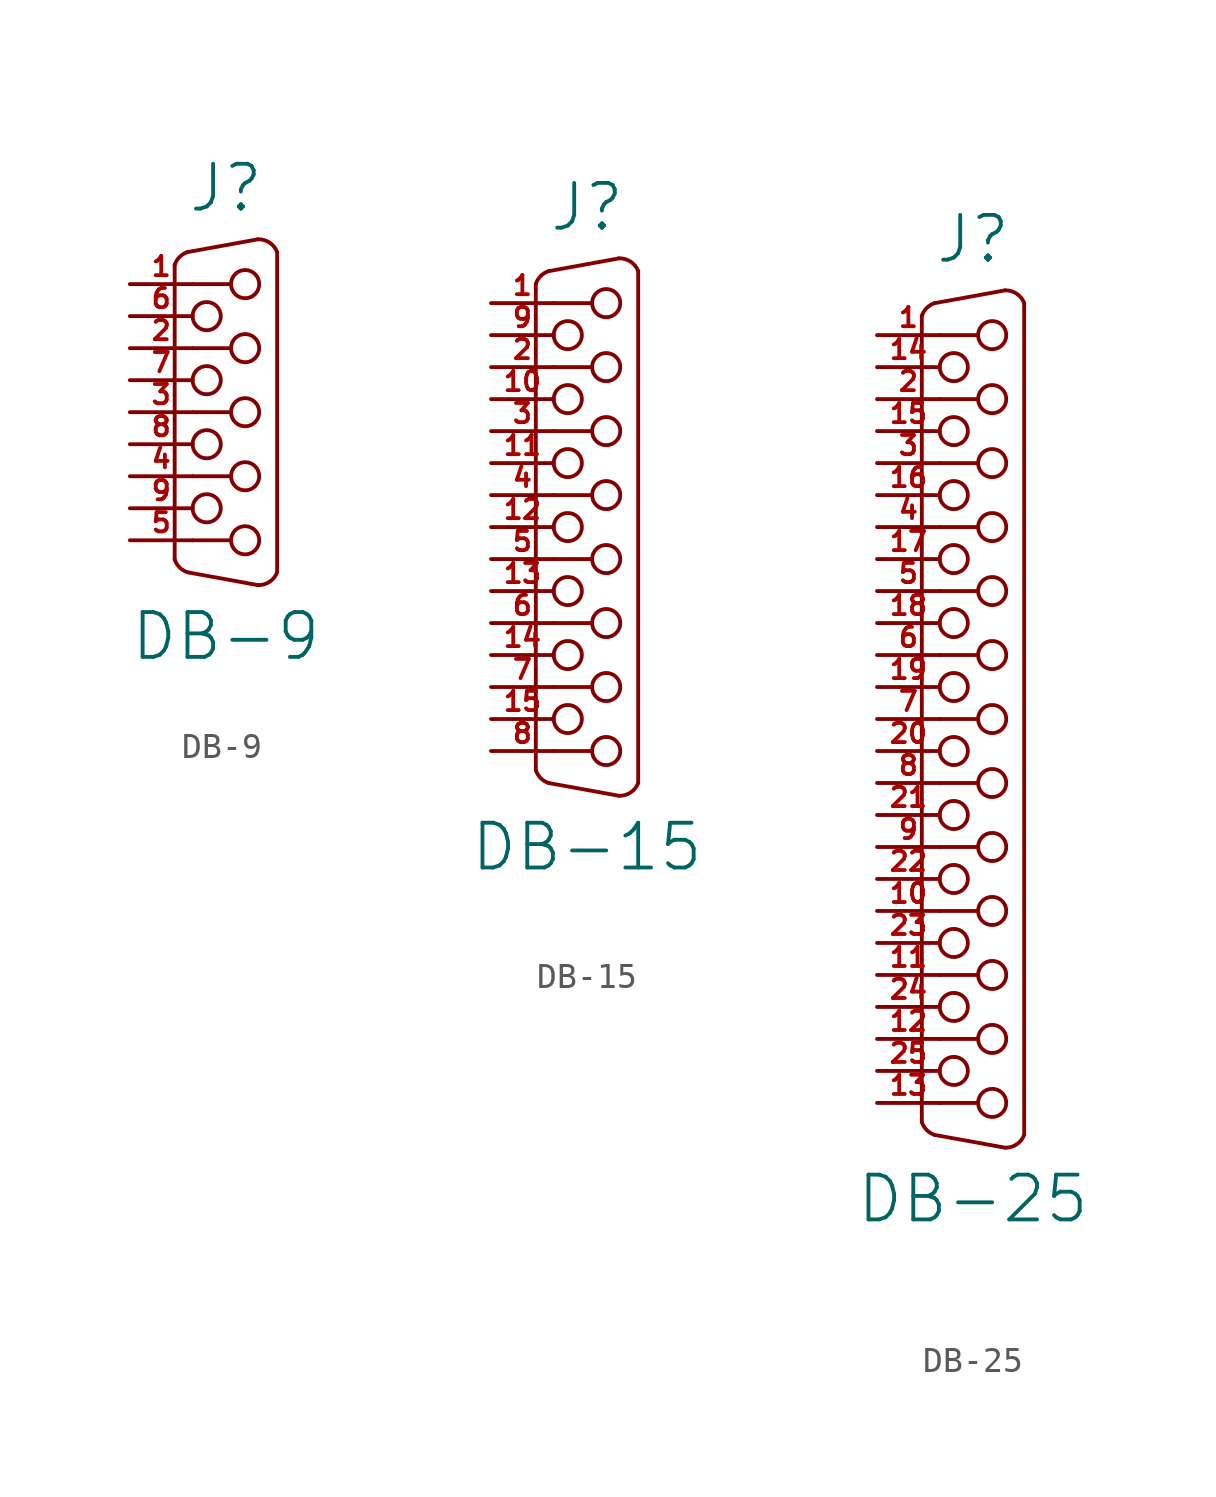
<source format=kicad_sym>
(kicad_symbol_lib
  (version 20211014)
  (generator kicad_symbol_editor)
  (symbol "DB-9"
    (pin_names
      (offset 1.016) hide)
    (property "Reference" "J"
      (at 0 10.16 0)
      (effects (font (size 1.778 1.778))))
    (property "Value" "DB-9"
      (at 0 -7.62 0)
      (effects (font (size 1.778 1.778))))
    (property "Footprint" ""
      (at 0 0 0)
      (effects (font (size 1.524 1.524))))
    (property "Datasheet" ""
      (at 0 0 0)
      (effects (font (size 1.524 1.524))))
    (symbol "DB-9_0_1"
      (arc (start -2.032 -4.572) (mid -1.838 -4.886) (end -1.524 -5.08) (stroke (width 0) (type default) (color 0 0 0 0)) (fill (type none)))
      (arc (start -1.524 7.62) (mid -1.838 7.426) (end -2.032 7.112) (stroke (width 0) (type default) (color 0 0 0 0)) (fill (type none)))
      (circle (center -0.762 -2.54) (radius 0.559) (stroke (width 0) (type default) (color 0 0 0 0)) (fill (type none)))
      (circle (center -0.762 0) (radius 0.559) (stroke (width 0) (type default) (color 0 0 0 0)) (fill (type none)))
      (circle (center -0.762 2.54) (radius 0.559) (stroke (width 0) (type default) (color 0 0 0 0)) (fill (type none)))
      (circle (center -0.762 5.08) (radius 0.559) (stroke (width 0) (type default) (color 0 0 0 0)) (fill (type none)))
      (polyline (pts (xy -1.321 -3.81) (xy 0.203 -3.81)) (stroke (width 0) (type default) (color 0 0 0 0)) (fill (type none)))
      (polyline (pts (xy -1.321 -1.27) (xy 0.203 -1.27)) (stroke (width 0) (type default) (color 0 0 0 0)) (fill (type none)))
      (polyline (pts (xy -1.321 1.27) (xy 0.203 1.27)) (stroke (width 0) (type default) (color 0 0 0 0)) (fill (type none)))
      (polyline (pts (xy -1.321 3.81) (xy 0.203 3.81)) (stroke (width 0) (type default) (color 0 0 0 0)) (fill (type none)))
      (polyline (pts (xy -1.321 6.35) (xy 0.203 6.35)) (stroke (width 0) (type default) (color 0 0 0 0)) (fill (type none)))
      (polyline (pts (xy -2.032 -4.572) (xy -2.032 7.112) (xy -2.032 7.112)) (stroke (width 0) (type default) (color 0 0 0 0)) (fill (type none)))
      (polyline (pts (xy -1.524 -5.08) (xy 1.27 -5.588) (xy 1.27 -5.588)) (stroke (width 0) (type default) (color 0 0 0 0)) (fill (type none)))
      (polyline (pts (xy -1.524 7.62) (xy 1.27 8.128) (xy 1.27 8.128)) (stroke (width 0) (type default) (color 0 0 0 0)) (fill (type none)))
      (polyline (pts (xy 2.032 7.62) (xy 2.032 -5.08) (xy 2.032 -5.08)) (stroke (width 0) (type default) (color 0 0 0 0)) (fill (type none)))
      (circle (center 0.762 -3.81) (radius 0.559) (stroke (width 0) (type default) (color 0 0 0 0)) (fill (type none)))
      (circle (center 0.762 -1.27) (radius 0.559) (stroke (width 0) (type default) (color 0 0 0 0)) (fill (type none)))
      (circle (center 0.762 1.27) (radius 0.559) (stroke (width 0) (type default) (color 0 0 0 0)) (fill (type none)))
      (circle (center 0.762 3.81) (radius 0.559) (stroke (width 0) (type default) (color 0 0 0 0)) (fill (type none)))
      (circle (center 0.762 6.35) (radius 0.559) (stroke (width 0) (type default) (color 0 0 0 0)) (fill (type none)))
      (arc (start 1.27 -5.588) (mid 1.7324 -5.4561) (end 2.032 -5.08) (stroke (width 0) (type default) (color 0 0 0 0)) (fill (type none)))
      (arc (start 2.032 7.62) (mid 1.7324 7.9961) (end 1.27 8.128) (stroke (width 0) (type default) (color 0 0 0 0)) (fill (type none))))
    (symbol "DB-9_1_1"
      (pin passive line (at -3.81 6.35 0) (length 2.489) (name "~" (effects (font (size 0.762 0.762)))) (number "1" (effects (font (size 0.762 0.762)))))
      (pin passive line (at -3.81 3.81 0) (length 2.489) (name "~" (effects (font (size 0.762 0.762)))) (number "2" (effects (font (size 0.762 0.762)))))
      (pin passive line (at -3.81 1.27 0) (length 2.489) (name "~" (effects (font (size 0.762 0.762)))) (number "3" (effects (font (size 0.762 0.762)))))
      (pin passive line (at -3.81 -1.27 0) (length 2.489) (name "~" (effects (font (size 0.762 0.762)))) (number "4" (effects (font (size 0.762 0.762)))))
      (pin passive line (at -3.81 -3.81 0) (length 2.489) (name "~" (effects (font (size 0.762 0.762)))) (number "5" (effects (font (size 0.762 0.762)))))
      (pin passive line (at -3.81 5.08 0) (length 2.489) (name "~" (effects (font (size 0.762 0.762)))) (number "6" (effects (font (size 0.762 0.762)))))
      (pin passive line (at -3.81 2.54 0) (length 2.489) (name "~" (effects (font (size 0.762 0.762)))) (number "7" (effects (font (size 0.762 0.762)))))
      (pin passive line (at -3.81 0 0) (length 2.489) (name "~" (effects (font (size 0.762 0.762)))) (number "8" (effects (font (size 0.762 0.762)))))
      (pin passive line (at -3.81 -2.54 0) (length 2.489) (name "~" (effects (font (size 0.762 0.762)))) (number "9" (effects (font (size 0.762 0.762)))))))
  (symbol "DB-15"
    (pin_names
      (offset 1.016) hide)
    (property "Reference" "J"
      (at 0 12.7 0)
      (effects (font (size 1.778 1.778))))
    (property "Value" "DB-15"
      (at 0 -12.7 0)
      (effects (font (size 1.778 1.778))))
    (property "Footprint" ""
      (at 0 0 0)
      (effects (font (size 1.524 1.524))))
    (property "Datasheet" ""
      (at 0 0 0)
      (effects (font (size 1.524 1.524))))
    (symbol "DB-15_0_1"
      (arc (start -2.032 -9.652) (mid -1.838 -9.966) (end -1.524 -10.16) (stroke (width 0) (type default) (color 0 0 0 0)) (fill (type none)))
      (arc (start -1.524 10.16) (mid -1.838 9.966) (end -2.032 9.652) (stroke (width 0) (type default) (color 0 0 0 0)) (fill (type none)))
      (circle (center -0.762 -7.62) (radius 0.559) (stroke (width 0) (type default) (color 0 0 0 0)) (fill (type none)))
      (circle (center -0.762 -5.08) (radius 0.559) (stroke (width 0) (type default) (color 0 0 0 0)) (fill (type none)))
      (circle (center -0.762 -2.54) (radius 0.559) (stroke (width 0) (type default) (color 0 0 0 0)) (fill (type none)))
      (circle (center -0.762 0) (radius 0.559) (stroke (width 0) (type default) (color 0 0 0 0)) (fill (type none)))
      (circle (center -0.762 2.54) (radius 0.559) (stroke (width 0) (type default) (color 0 0 0 0)) (fill (type none)))
      (circle (center -0.762 5.08) (radius 0.559) (stroke (width 0) (type default) (color 0 0 0 0)) (fill (type none)))
      (circle (center -0.762 7.62) (radius 0.559) (stroke (width 0) (type default) (color 0 0 0 0)) (fill (type none)))
      (polyline (pts (xy -1.321 -8.89) (xy 0.203 -8.89)) (stroke (width 0) (type default) (color 0 0 0 0)) (fill (type none)))
      (polyline (pts (xy -1.321 -6.35) (xy 0.203 -6.35)) (stroke (width 0) (type default) (color 0 0 0 0)) (fill (type none)))
      (polyline (pts (xy -1.321 -3.81) (xy 0.203 -3.81)) (stroke (width 0) (type default) (color 0 0 0 0)) (fill (type none)))
      (polyline (pts (xy -1.321 -1.27) (xy 0.203 -1.27)) (stroke (width 0) (type default) (color 0 0 0 0)) (fill (type none)))
      (polyline (pts (xy -1.321 1.27) (xy 0.203 1.27)) (stroke (width 0) (type default) (color 0 0 0 0)) (fill (type none)))
      (polyline (pts (xy -1.321 3.81) (xy 0.203 3.81)) (stroke (width 0) (type default) (color 0 0 0 0)) (fill (type none)))
      (polyline (pts (xy -1.321 6.35) (xy 0.203 6.35)) (stroke (width 0) (type default) (color 0 0 0 0)) (fill (type none)))
      (polyline (pts (xy -1.321 8.89) (xy 0.203 8.89)) (stroke (width 0) (type default) (color 0 0 0 0)) (fill (type none)))
      (polyline (pts (xy -2.032 9.652) (xy -2.032 -9.652) (xy -2.032 -9.652)) (stroke (width 0) (type default) (color 0 0 0 0)) (fill (type none)))
      (polyline (pts (xy -1.524 -10.16) (xy 1.27 -10.668) (xy 1.27 -10.668)) (stroke (width 0) (type default) (color 0 0 0 0)) (fill (type none)))
      (polyline (pts (xy -1.524 10.16) (xy 1.27 10.668) (xy 1.27 10.668)) (stroke (width 0) (type default) (color 0 0 0 0)) (fill (type none)))
      (polyline (pts (xy 2.032 -10.16) (xy 2.032 10.16) (xy 2.032 10.16)) (stroke (width 0) (type default) (color 0 0 0 0)) (fill (type none)))
      (circle (center 0.762 -8.89) (radius 0.559) (stroke (width 0) (type default) (color 0 0 0 0)) (fill (type none)))
      (circle (center 0.762 -6.35) (radius 0.559) (stroke (width 0) (type default) (color 0 0 0 0)) (fill (type none)))
      (circle (center 0.762 -3.81) (radius 0.559) (stroke (width 0) (type default) (color 0 0 0 0)) (fill (type none)))
      (circle (center 0.762 -1.27) (radius 0.559) (stroke (width 0) (type default) (color 0 0 0 0)) (fill (type none)))
      (circle (center 0.762 1.27) (radius 0.559) (stroke (width 0) (type default) (color 0 0 0 0)) (fill (type none)))
      (circle (center 0.762 3.81) (radius 0.559) (stroke (width 0) (type default) (color 0 0 0 0)) (fill (type none)))
      (circle (center 0.762 6.35) (radius 0.559) (stroke (width 0) (type default) (color 0 0 0 0)) (fill (type none)))
      (circle (center 0.762 8.89) (radius 0.559) (stroke (width 0) (type default) (color 0 0 0 0)) (fill (type none)))
      (arc (start 1.27 -10.668) (mid 1.7324 -10.5361) (end 2.032 -10.16) (stroke (width 0) (type default) (color 0 0 0 0)) (fill (type none)))
      (arc (start 2.032 10.16) (mid 1.7324 10.5361) (end 1.27 10.668) (stroke (width 0) (type default) (color 0 0 0 0)) (fill (type none))))
    (symbol "DB-15_1_1"
      (pin passive line (at -3.81 8.89 0) (length 2.489) (name "~" (effects (font (size 0.762 0.762)))) (number "1" (effects (font (size 0.762 0.762)))))
      (pin passive line (at -3.81 5.08 0) (length 2.489) (name "~" (effects (font (size 0.762 0.762)))) (number "10" (effects (font (size 0.762 0.762)))))
      (pin passive line (at -3.81 2.54 0) (length 2.489) (name "~" (effects (font (size 0.762 0.762)))) (number "11" (effects (font (size 0.762 0.762)))))
      (pin passive line (at -3.81 0 0) (length 2.489) (name "~" (effects (font (size 0.762 0.762)))) (number "12" (effects (font (size 0.762 0.762)))))
      (pin passive line (at -3.81 -2.54 0) (length 2.489) (name "~" (effects (font (size 0.762 0.762)))) (number "13" (effects (font (size 0.762 0.762)))))
      (pin passive line (at -3.81 -5.08 0) (length 2.489) (name "~" (effects (font (size 0.762 0.762)))) (number "14" (effects (font (size 0.762 0.762)))))
      (pin passive line (at -3.81 -7.62 0) (length 2.489) (name "~" (effects (font (size 0.762 0.762)))) (number "15" (effects (font (size 0.762 0.762)))))
      (pin passive line (at -3.81 6.35 0) (length 2.489) (name "~" (effects (font (size 0.762 0.762)))) (number "2" (effects (font (size 0.762 0.762)))))
      (pin passive line (at -3.81 3.81 0) (length 2.489) (name "~" (effects (font (size 0.762 0.762)))) (number "3" (effects (font (size 0.762 0.762)))))
      (pin passive line (at -3.81 1.27 0) (length 2.489) (name "~" (effects (font (size 0.762 0.762)))) (number "4" (effects (font (size 0.762 0.762)))))
      (pin passive line (at -3.81 -1.27 0) (length 2.489) (name "~" (effects (font (size 0.762 0.762)))) (number "5" (effects (font (size 0.762 0.762)))))
      (pin passive line (at -3.81 -3.81 0) (length 2.489) (name "~" (effects (font (size 0.762 0.762)))) (number "6" (effects (font (size 0.762 0.762)))))
      (pin passive line (at -3.81 -6.35 0) (length 2.489) (name "~" (effects (font (size 0.762 0.762)))) (number "7" (effects (font (size 0.762 0.762)))))
      (pin passive line (at -3.81 -8.89 0) (length 2.489) (name "~" (effects (font (size 0.762 0.762)))) (number "8" (effects (font (size 0.762 0.762)))))
      (pin passive line (at -3.81 7.62 0) (length 2.489) (name "~" (effects (font (size 0.762 0.762)))) (number "9" (effects (font (size 0.762 0.762)))))))
  (symbol "DB-25"
    (pin_names
      (offset 1.016) hide)
    (property "Reference" "J"
      (at 0 19.05 0)
      (effects (font (size 1.778 1.778))))
    (property "Value" "DB-25"
      (at 0 -19.05 0)
      (effects (font (size 1.778 1.778))))
    (property "Footprint" ""
      (at 0 0 0)
      (effects (font (size 1.524 1.524))))
    (property "Datasheet" ""
      (at 0 0 0)
      (effects (font (size 1.524 1.524))))
    (symbol "DB-25_0_1"
      (arc (start -2.032 -16.002) (mid -1.838 -16.316) (end -1.524 -16.51) (stroke (width 0) (type default) (color 0 0 0 0)) (fill (type none)))
      (arc (start -1.524 16.51) (mid -1.838 16.316) (end -2.032 16.002) (stroke (width 0) (type default) (color 0 0 0 0)) (fill (type none)))
      (circle (center -0.762 -13.97) (radius 0.559) (stroke (width 0) (type default) (color 0 0 0 0)) (fill (type none)))
      (circle (center -0.762 -11.43) (radius 0.559) (stroke (width 0) (type default) (color 0 0 0 0)) (fill (type none)))
      (circle (center -0.762 -8.89) (radius 0.559) (stroke (width 0) (type default) (color 0 0 0 0)) (fill (type none)))
      (circle (center -0.762 -6.35) (radius 0.559) (stroke (width 0) (type default) (color 0 0 0 0)) (fill (type none)))
      (circle (center -0.762 -3.81) (radius 0.559) (stroke (width 0) (type default) (color 0 0 0 0)) (fill (type none)))
      (circle (center -0.762 -1.27) (radius 0.559) (stroke (width 0) (type default) (color 0 0 0 0)) (fill (type none)))
      (circle (center -0.762 1.27) (radius 0.559) (stroke (width 0) (type default) (color 0 0 0 0)) (fill (type none)))
      (circle (center -0.762 3.81) (radius 0.559) (stroke (width 0) (type default) (color 0 0 0 0)) (fill (type none)))
      (circle (center -0.762 6.35) (radius 0.559) (stroke (width 0) (type default) (color 0 0 0 0)) (fill (type none)))
      (circle (center -0.762 8.89) (radius 0.559) (stroke (width 0) (type default) (color 0 0 0 0)) (fill (type none)))
      (circle (center -0.762 11.43) (radius 0.559) (stroke (width 0) (type default) (color 0 0 0 0)) (fill (type none)))
      (circle (center -0.762 13.97) (radius 0.559) (stroke (width 0) (type default) (color 0 0 0 0)) (fill (type none)))
      (polyline (pts (xy -1.321 -15.24) (xy 0.203 -15.24)) (stroke (width 0) (type default) (color 0 0 0 0)) (fill (type none)))
      (polyline (pts (xy -1.321 -12.7) (xy 0.203 -12.7)) (stroke (width 0) (type default) (color 0 0 0 0)) (fill (type none)))
      (polyline (pts (xy -1.321 -10.16) (xy 0.203 -10.16)) (stroke (width 0) (type default) (color 0 0 0 0)) (fill (type none)))
      (polyline (pts (xy -1.321 -7.62) (xy 0.203 -7.62)) (stroke (width 0) (type default) (color 0 0 0 0)) (fill (type none)))
      (polyline (pts (xy -1.321 -5.08) (xy 0.203 -5.08)) (stroke (width 0) (type default) (color 0 0 0 0)) (fill (type none)))
      (polyline (pts (xy -1.321 -2.54) (xy 0.203 -2.54)) (stroke (width 0) (type default) (color 0 0 0 0)) (fill (type none)))
      (polyline (pts (xy -1.321 0) (xy 0.203 0)) (stroke (width 0) (type default) (color 0 0 0 0)) (fill (type none)))
      (polyline (pts (xy -1.321 2.54) (xy 0.203 2.54)) (stroke (width 0) (type default) (color 0 0 0 0)) (fill (type none)))
      (polyline (pts (xy -1.321 5.08) (xy 0.203 5.08)) (stroke (width 0) (type default) (color 0 0 0 0)) (fill (type none)))
      (polyline (pts (xy -1.321 7.62) (xy 0.203 7.62)) (stroke (width 0) (type default) (color 0 0 0 0)) (fill (type none)))
      (polyline (pts (xy -1.321 10.16) (xy 0.203 10.16)) (stroke (width 0) (type default) (color 0 0 0 0)) (fill (type none)))
      (polyline (pts (xy -1.321 12.7) (xy 0.203 12.7)) (stroke (width 0) (type default) (color 0 0 0 0)) (fill (type none)))
      (polyline (pts (xy -1.321 15.24) (xy 0.203 15.24)) (stroke (width 0) (type default) (color 0 0 0 0)) (fill (type none)))
      (polyline (pts (xy -2.032 16.002) (xy -2.032 -16.002) (xy -2.032 -16.002)) (stroke (width 0) (type default) (color 0 0 0 0)) (fill (type none)))
      (polyline (pts (xy -1.524 -16.51) (xy 1.27 -17.018) (xy 1.27 -17.018)) (stroke (width 0) (type default) (color 0 0 0 0)) (fill (type none)))
      (polyline (pts (xy -1.524 16.51) (xy 1.27 17.018) (xy 1.27 17.018)) (stroke (width 0) (type default) (color 0 0 0 0)) (fill (type none)))
      (polyline (pts (xy 2.032 -16.51) (xy 2.032 16.51) (xy 2.032 16.51)) (stroke (width 0) (type default) (color 0 0 0 0)) (fill (type none)))
      (circle (center 0.762 -15.24) (radius 0.559) (stroke (width 0) (type default) (color 0 0 0 0)) (fill (type none)))
      (circle (center 0.762 -12.7) (radius 0.559) (stroke (width 0) (type default) (color 0 0 0 0)) (fill (type none)))
      (circle (center 0.762 -10.16) (radius 0.559) (stroke (width 0) (type default) (color 0 0 0 0)) (fill (type none)))
      (circle (center 0.762 -7.62) (radius 0.559) (stroke (width 0) (type default) (color 0 0 0 0)) (fill (type none)))
      (circle (center 0.762 -5.08) (radius 0.559) (stroke (width 0) (type default) (color 0 0 0 0)) (fill (type none)))
      (circle (center 0.762 -2.54) (radius 0.559) (stroke (width 0) (type default) (color 0 0 0 0)) (fill (type none)))
      (circle (center 0.762 0) (radius 0.559) (stroke (width 0) (type default) (color 0 0 0 0)) (fill (type none)))
      (circle (center 0.762 2.54) (radius 0.559) (stroke (width 0) (type default) (color 0 0 0 0)) (fill (type none)))
      (circle (center 0.762 5.08) (radius 0.559) (stroke (width 0) (type default) (color 0 0 0 0)) (fill (type none)))
      (circle (center 0.762 7.62) (radius 0.559) (stroke (width 0) (type default) (color 0 0 0 0)) (fill (type none)))
      (circle (center 0.762 10.16) (radius 0.559) (stroke (width 0) (type default) (color 0 0 0 0)) (fill (type none)))
      (circle (center 0.762 12.7) (radius 0.559) (stroke (width 0) (type default) (color 0 0 0 0)) (fill (type none)))
      (circle (center 0.762 15.24) (radius 0.559) (stroke (width 0) (type default) (color 0 0 0 0)) (fill (type none)))
      (arc (start 1.27 -17.018) (mid 1.7324 -16.8861) (end 2.032 -16.51) (stroke (width 0) (type default) (color 0 0 0 0)) (fill (type none)))
      (arc (start 2.032 16.51) (mid 1.7324 16.8861) (end 1.27 17.018) (stroke (width 0) (type default) (color 0 0 0 0)) (fill (type none))))
    (symbol "DB-25_1_1"
      (pin passive line (at -3.81 15.24 0) (length 2.489) (name "~" (effects (font (size 0.762 0.762)))) (number "1" (effects (font (size 0.762 0.762)))))
      (pin passive line (at -3.81 -7.62 0) (length 2.489) (name "~" (effects (font (size 0.762 0.762)))) (number "10" (effects (font (size 0.762 0.762)))))
      (pin passive line (at -3.81 -10.16 0) (length 2.489) (name "~" (effects (font (size 0.762 0.762)))) (number "11" (effects (font (size 0.762 0.762)))))
      (pin passive line (at -3.81 -12.7 0) (length 2.489) (name "~" (effects (font (size 0.762 0.762)))) (number "12" (effects (font (size 0.762 0.762)))))
      (pin passive line (at -3.81 -15.24 0) (length 2.489) (name "~" (effects (font (size 0.762 0.762)))) (number "13" (effects (font (size 0.762 0.762)))))
      (pin passive line (at -3.81 13.97 0) (length 2.489) (name "~" (effects (font (size 0.762 0.762)))) (number "14" (effects (font (size 0.762 0.762)))))
      (pin passive line (at -3.81 11.43 0) (length 2.489) (name "~" (effects (font (size 0.762 0.762)))) (number "15" (effects (font (size 0.762 0.762)))))
      (pin passive line (at -3.81 8.89 0) (length 2.489) (name "~" (effects (font (size 0.762 0.762)))) (number "16" (effects (font (size 0.762 0.762)))))
      (pin passive line (at -3.81 6.35 0) (length 2.489) (name "~" (effects (font (size 0.762 0.762)))) (number "17" (effects (font (size 0.762 0.762)))))
      (pin passive line (at -3.81 3.81 0) (length 2.489) (name "~" (effects (font (size 0.762 0.762)))) (number "18" (effects (font (size 0.762 0.762)))))
      (pin passive line (at -3.81 1.27 0) (length 2.489) (name "~" (effects (font (size 0.762 0.762)))) (number "19" (effects (font (size 0.762 0.762)))))
      (pin passive line (at -3.81 12.7 0) (length 2.489) (name "~" (effects (font (size 0.762 0.762)))) (number "2" (effects (font (size 0.762 0.762)))))
      (pin passive line (at -3.81 -1.27 0) (length 2.489) (name "~" (effects (font (size 0.762 0.762)))) (number "20" (effects (font (size 0.762 0.762)))))
      (pin passive line (at -3.81 -3.81 0) (length 2.489) (name "~" (effects (font (size 0.762 0.762)))) (number "21" (effects (font (size 0.762 0.762)))))
      (pin passive line (at -3.81 -6.35 0) (length 2.489) (name "~" (effects (font (size 0.762 0.762)))) (number "22" (effects (font (size 0.762 0.762)))))
      (pin passive line (at -3.81 -8.89 0) (length 2.489) (name "~" (effects (font (size 0.762 0.762)))) (number "23" (effects (font (size 0.762 0.762)))))
      (pin passive line (at -3.81 -11.43 0) (length 2.489) (name "~" (effects (font (size 0.762 0.762)))) (number "24" (effects (font (size 0.762 0.762)))))
      (pin passive line (at -3.81 -13.97 0) (length 2.489) (name "~" (effects (font (size 0.762 0.762)))) (number "25" (effects (font (size 0.762 0.762)))))
      (pin passive line (at -3.81 10.16 0) (length 2.489) (name "~" (effects (font (size 0.762 0.762)))) (number "3" (effects (font (size 0.762 0.762)))))
      (pin passive line (at -3.81 7.62 0) (length 2.489) (name "~" (effects (font (size 0.762 0.762)))) (number "4" (effects (font (size 0.762 0.762)))))
      (pin passive line (at -3.81 5.08 0) (length 2.489) (name "~" (effects (font (size 0.762 0.762)))) (number "5" (effects (font (size 0.762 0.762)))))
      (pin passive line (at -3.81 2.54 0) (length 2.489) (name "~" (effects (font (size 0.762 0.762)))) (number "6" (effects (font (size 0.762 0.762)))))
      (pin passive line (at -3.81 0 0) (length 2.489) (name "~" (effects (font (size 0.762 0.762)))) (number "7" (effects (font (size 0.762 0.762)))))
      (pin passive line (at -3.81 -2.54 0) (length 2.489) (name "~" (effects (font (size 0.762 0.762)))) (number "8" (effects (font (size 0.762 0.762)))))
      (pin passive line (at -3.81 -5.08 0) (length 2.489) (name "~" (effects (font (size 0.762 0.762)))) (number "9" (effects (font (size 0.762 0.762))))))))
</source>
